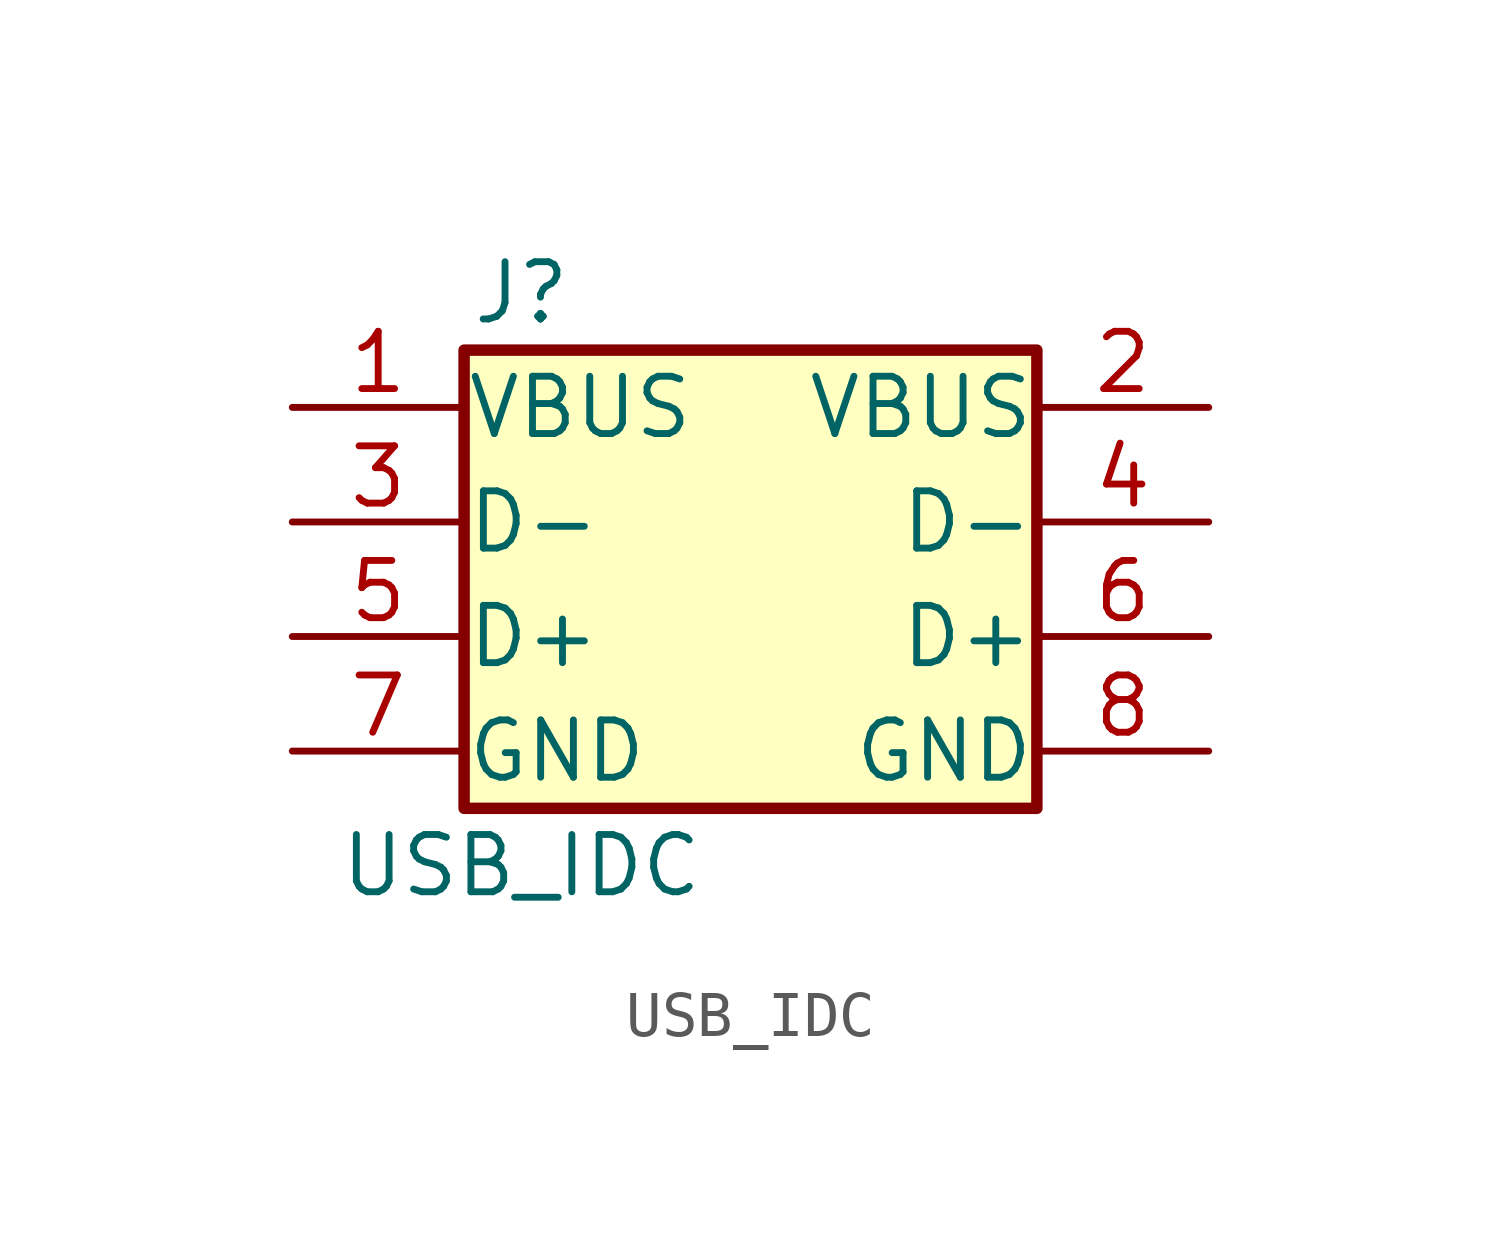
<source format=kicad_sym>
(kicad_symbol_lib
  (version 20211014)
  (generator kicad_symbol_editor)
  (symbol "USB_IDC"
    (pin_names
      (offset 0.025))
    (property "Reference" "J"
      (at 0 7.62 0)
      (effects (font (size 1.27 1.27))))
    (property "Value" "USB_IDC"
      (at 0 -5.08 0)
      (effects (font (size 1.27 1.27))))
    (symbol "USB_IDC_1_1"
      (rectangle (start -1.27 6.35) (end 11.43 -3.81) (stroke (width 0.254) (type default) (color 0 0 0 0)) (fill (type background)))
      (pin passive line (at -5.08 5.08 0) (length 3.81) (name "VBUS" (effects (font (size 1.27 1.27)))) (number "1" (effects (font (size 1.27 1.27)))))
      (pin passive line (at 15.24 5.08 180) (length 3.81) (name "VBUS" (effects (font (size 1.27 1.27)))) (number "2" (effects (font (size 1.27 1.27)))))
      (pin passive line (at -5.08 2.54 0) (length 3.81) (name "D-" (effects (font (size 1.27 1.27)))) (number "3" (effects (font (size 1.27 1.27)))))
      (pin passive line (at 15.24 2.54 180) (length 3.81) (name "D-" (effects (font (size 1.27 1.27)))) (number "4" (effects (font (size 1.27 1.27)))))
      (pin passive line (at -5.08 0 0) (length 3.81) (name "D+" (effects (font (size 1.27 1.27)))) (number "5" (effects (font (size 1.27 1.27)))))
      (pin passive line (at 15.24 0 180) (length 3.81) (name "D+" (effects (font (size 1.27 1.27)))) (number "6" (effects (font (size 1.27 1.27)))))
      (pin passive line (at -5.08 -2.54 0) (length 3.81) (name "GND" (effects (font (size 1.27 1.27)))) (number "7" (effects (font (size 1.27 1.27)))))
      (pin passive line (at 15.24 -2.54 180) (length 3.81) (name "GND" (effects (font (size 1.27 1.27)))) (number "8" (effects (font (size 1.27 1.27))))))))
</source>
